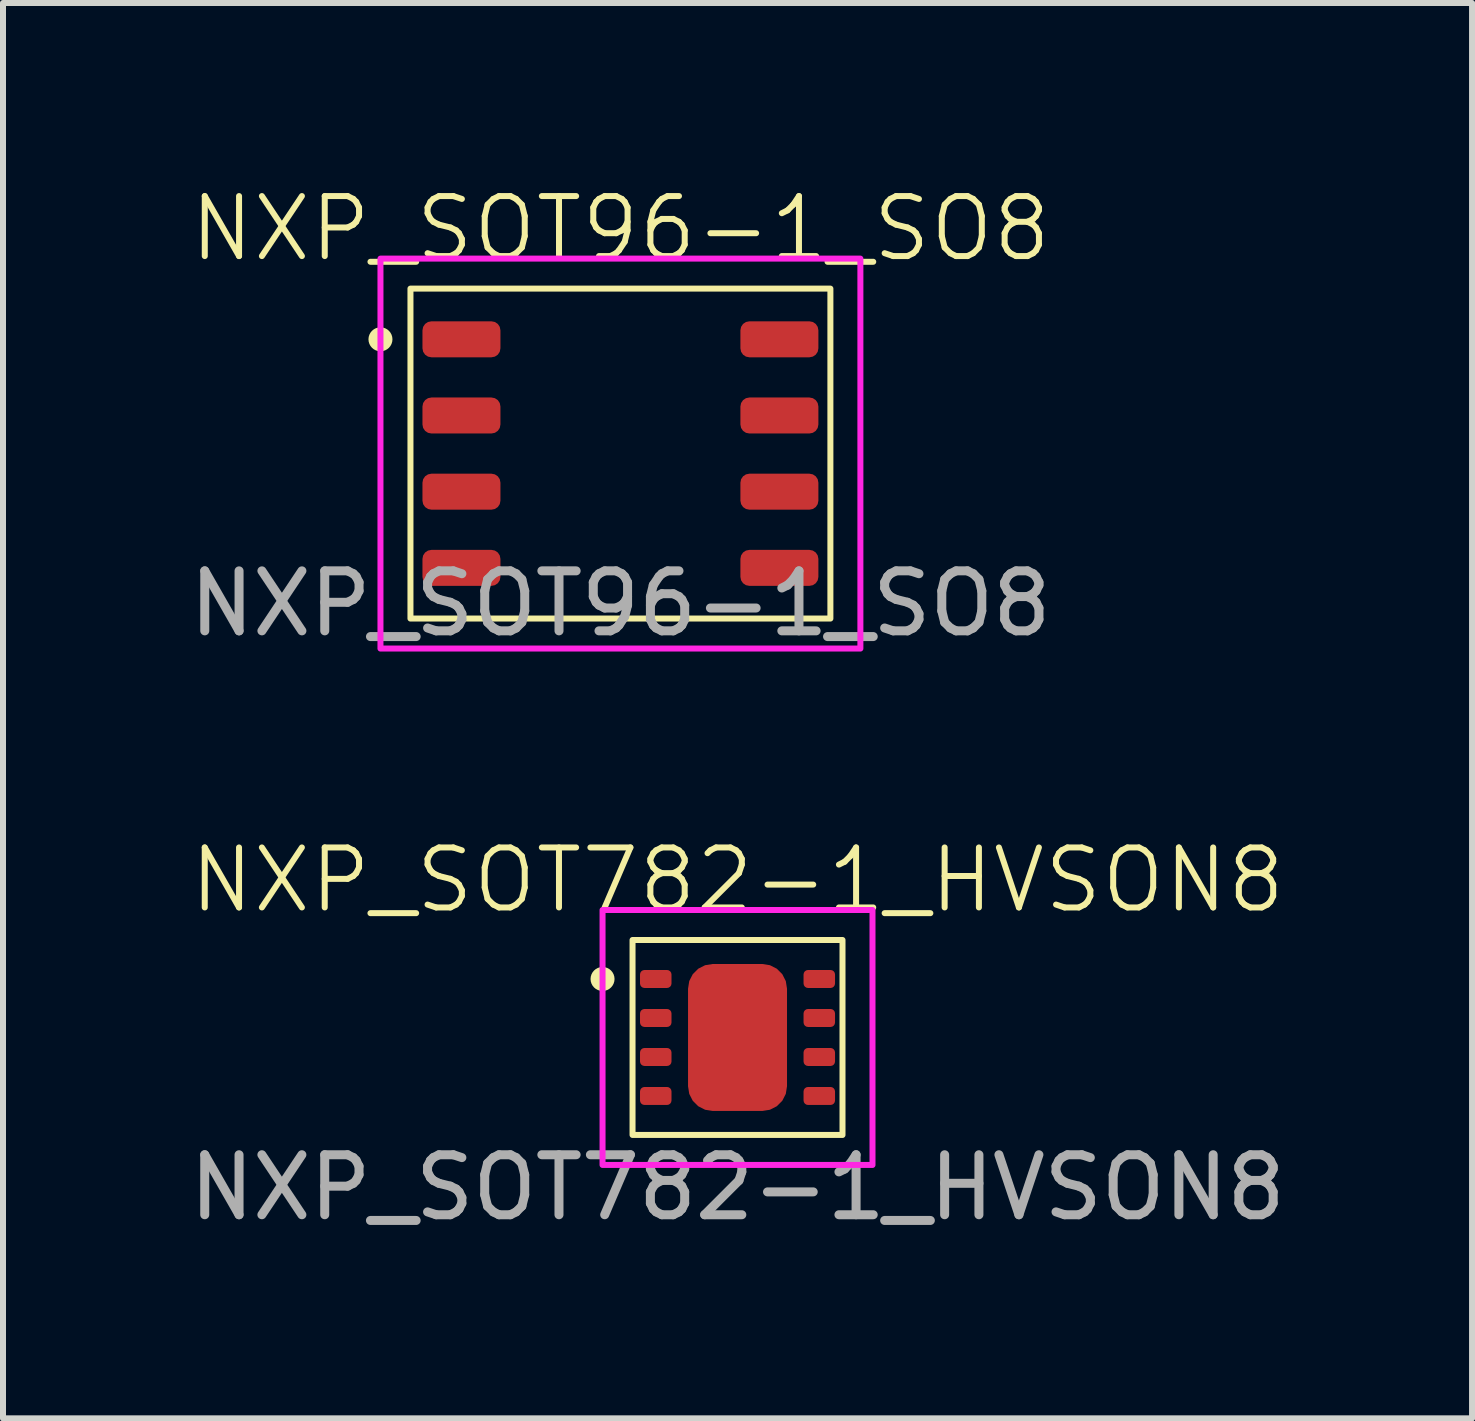
<source format=kicad_pcb>
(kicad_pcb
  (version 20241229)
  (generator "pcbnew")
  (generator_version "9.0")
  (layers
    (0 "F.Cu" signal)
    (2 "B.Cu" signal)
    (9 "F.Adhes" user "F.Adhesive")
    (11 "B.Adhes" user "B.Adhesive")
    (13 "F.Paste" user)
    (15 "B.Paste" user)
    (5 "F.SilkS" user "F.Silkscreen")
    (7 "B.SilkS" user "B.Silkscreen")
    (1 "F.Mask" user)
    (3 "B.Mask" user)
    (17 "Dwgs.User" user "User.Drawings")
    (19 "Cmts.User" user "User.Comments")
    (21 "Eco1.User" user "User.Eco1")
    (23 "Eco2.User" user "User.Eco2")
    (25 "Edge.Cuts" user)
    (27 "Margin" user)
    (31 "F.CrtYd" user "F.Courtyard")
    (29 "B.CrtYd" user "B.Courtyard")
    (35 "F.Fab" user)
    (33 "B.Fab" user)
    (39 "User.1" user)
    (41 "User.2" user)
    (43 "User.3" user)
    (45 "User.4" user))
  (footprint "NXP_SOT782-1_HVSON8"
    (layer "F.Cu")
    (at 9.244 14.244)
    (property "Reference" "NXP_SOT782-1_HVSON8" (at 0 -2.625 0) (unlocked yes) (layer "F.SilkS") (effects (font (size 1 1) (thickness 0.1))))
    (attr smd)
    (fp_rect (start -1.75 -1.625) (end 1.75 1.625) (stroke (width 0.1) (type default)) (fill no) (layer "F.SilkS"))
    (fp_circle (center -2.25 -0.975) (end -2.15 -0.975) (stroke (width 0.2) (type default)) (fill no) (layer "F.SilkS"))
    (fp_rect (start -2.25 -2.125) (end 2.25 2.125) (stroke (width 0.1) (type default)) (fill no) (layer "F.CrtYd"))
    (fp_text user "${REFERENCE}" (at 0 2.5 0) (unlocked yes) (layer "F.Fab") (effects (font (size 1 1) (thickness 0.15))))
    (pad "" smd roundrect (at 0 0) (size 0.65 1.1) (layers "F.Paste") (roundrect_rratio 0.25))
    (pad "1" smd roundrect (at -1.363 -0.975) (size 0.525 0.3) (layers "F.Cu" "F.Mask" "F.Paste") (roundrect_rratio 0.25))
    (pad "2" smd roundrect (at -1.363 -0.325) (size 0.525 0.3) (layers "F.Cu" "F.Mask" "F.Paste") (roundrect_rratio 0.25))
    (pad "3" smd roundrect (at -1.363 0.325) (size 0.525 0.3) (layers "F.Cu" "F.Mask" "F.Paste") (roundrect_rratio 0.25))
    (pad "4" smd roundrect (at -1.363 0.975) (size 0.525 0.3) (layers "F.Cu" "F.Mask" "F.Paste") (roundrect_rratio 0.25))
    (pad "5" smd roundrect (at 1.363 0.975) (size 0.525 0.3) (layers "F.Cu" "F.Mask" "F.Paste") (roundrect_rratio 0.25))
    (pad "6" smd roundrect (at 1.363 0.325) (size 0.525 0.3) (layers "F.Cu" "F.Mask" "F.Paste") (roundrect_rratio 0.25))
    (pad "7" smd roundrect (at 1.363 -0.325) (size 0.525 0.3) (layers "F.Cu" "F.Mask" "F.Paste") (roundrect_rratio 0.25))
    (pad "8" smd roundrect (at 1.363 -0.975) (size 0.525 0.3) (layers "F.Cu" "F.Mask" "F.Paste") (roundrect_rratio 0.25))
    (pad "9" smd roundrect (at 0 0) (size 1.65 2.45) (layers "F.Cu" "F.Mask") (roundrect_rratio 0.25)))
  (footprint "NXP_SOT96-1_SO8"
    (layer "F.Cu")
    (at 7.292 4.511)
    (property "Reference" "NXP_SOT96-1_SO8" (at 0 -3.75 0) (unlocked yes) (layer "F.SilkS") (effects (font (size 1 1) (thickness 0.1))))
    (attr smd)
    (fp_rect (start -3.5 -2.75) (end 3.5 2.75) (stroke (width 0.1) (type default)) (fill no) (layer "F.SilkS"))
    (fp_circle (center -4 -1.905) (end -3.9 -1.905) (stroke (width 0.2) (type default)) (fill no) (layer "F.SilkS"))
    (fp_rect (start -4 -3.25) (end 4 3.25) (stroke (width 0.1) (type default)) (fill no) (layer "F.CrtYd"))
    (fp_text user "${REFERENCE}" (at 0 2.5 0) (unlocked yes) (layer "F.Fab") (effects (font (size 1 1) (thickness 0.15))))
    (pad "1" smd roundrect (at -2.65 -1.905 270) (size 0.6 1.3) (layers "F.Cu" "F.Mask" "F.Paste") (roundrect_rratio 0.25))
    (pad "2" smd roundrect (at -2.65 -0.635 270) (size 0.6 1.3) (layers "F.Cu" "F.Mask" "F.Paste") (roundrect_rratio 0.25))
    (pad "3" smd roundrect (at -2.65 0.635 270) (size 0.6 1.3) (layers "F.Cu" "F.Mask" "F.Paste") (roundrect_rratio 0.25))
    (pad "4" smd roundrect (at -2.65 1.905 270) (size 0.6 1.3) (layers "F.Cu" "F.Mask" "F.Paste") (roundrect_rratio 0.25))
    (pad "5" smd roundrect (at 2.65 1.905 270) (size 0.6 1.3) (layers "F.Cu" "F.Mask" "F.Paste") (roundrect_rratio 0.25))
    (pad "6" smd roundrect (at 2.65 0.635 270) (size 0.6 1.3) (layers "F.Cu" "F.Mask" "F.Paste") (roundrect_rratio 0.25))
    (pad "7" smd roundrect (at 2.65 -0.635 270) (size 0.6 1.3) (layers "F.Cu" "F.Mask" "F.Paste") (roundrect_rratio 0.25))
    (pad "8" smd roundrect (at 2.65 -1.905 270) (size 0.6 1.3) (layers "F.Cu" "F.Mask" "F.Paste") (roundrect_rratio 0.25)))
  (gr_rect
    (start -3 -3)
    (end 21.488 20.593)
    (stroke (width 0.1) (type default))
    (fill no)
    (layer "Edge.Cuts")))
</source>
